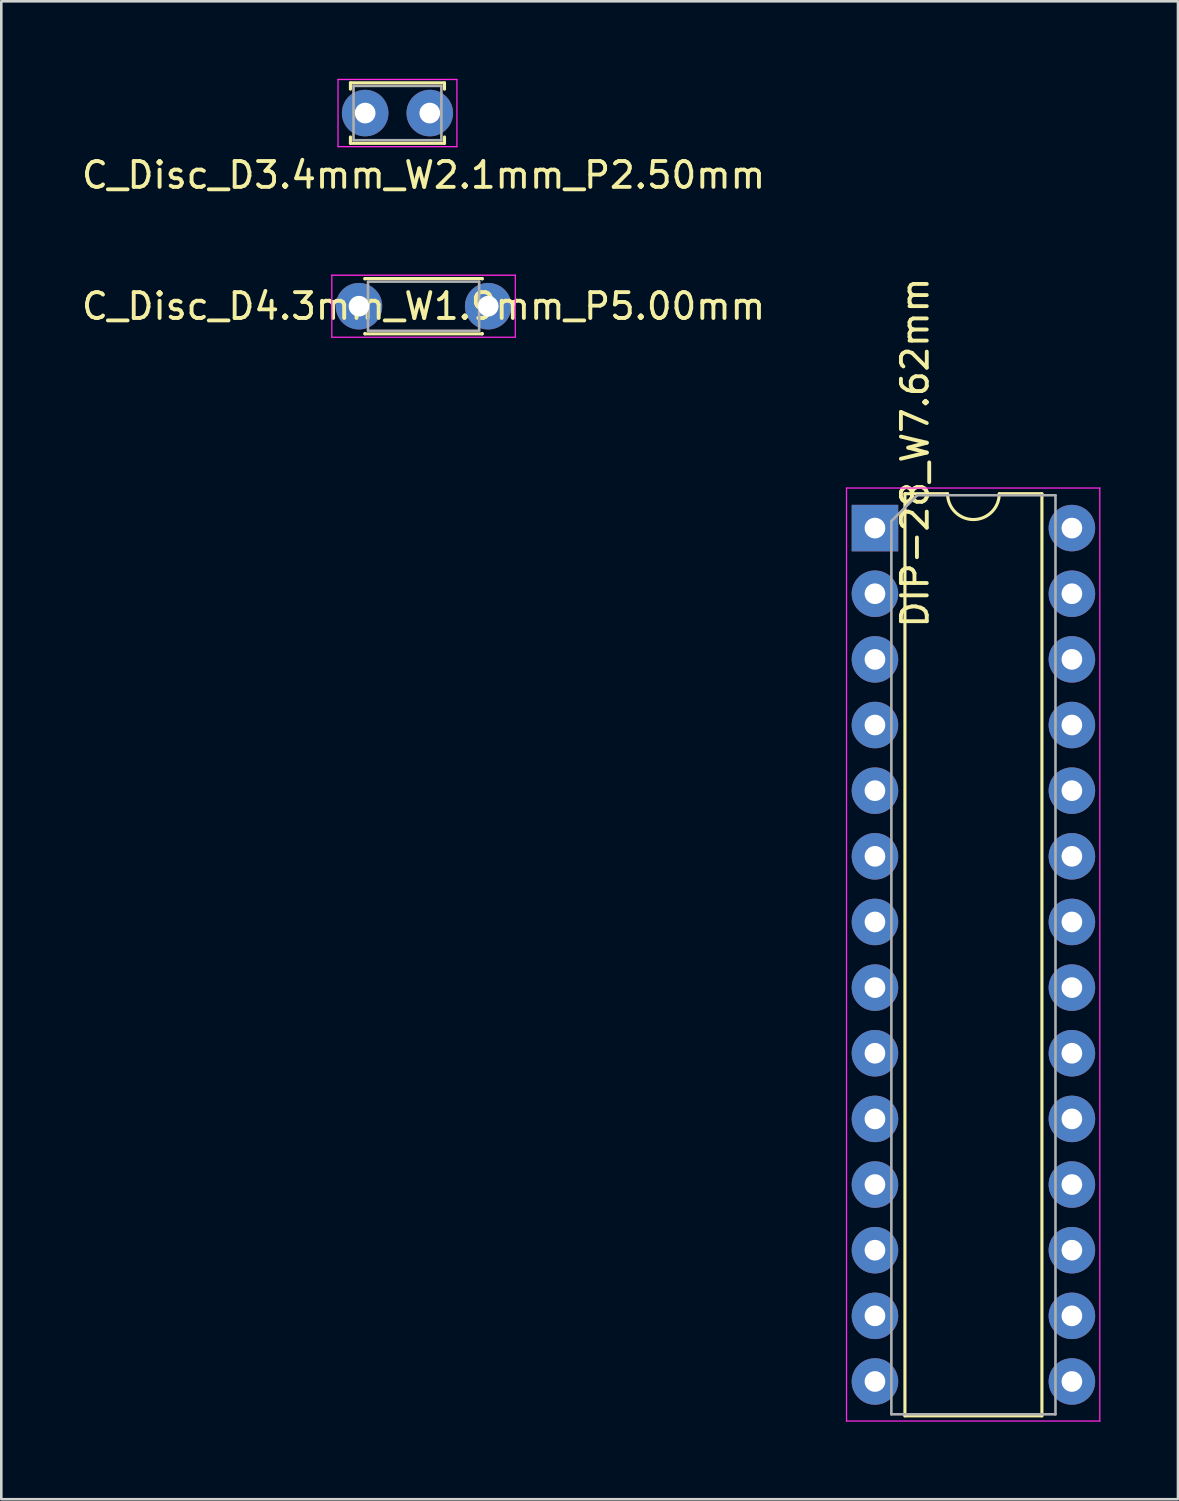
<source format=kicad_pcb>
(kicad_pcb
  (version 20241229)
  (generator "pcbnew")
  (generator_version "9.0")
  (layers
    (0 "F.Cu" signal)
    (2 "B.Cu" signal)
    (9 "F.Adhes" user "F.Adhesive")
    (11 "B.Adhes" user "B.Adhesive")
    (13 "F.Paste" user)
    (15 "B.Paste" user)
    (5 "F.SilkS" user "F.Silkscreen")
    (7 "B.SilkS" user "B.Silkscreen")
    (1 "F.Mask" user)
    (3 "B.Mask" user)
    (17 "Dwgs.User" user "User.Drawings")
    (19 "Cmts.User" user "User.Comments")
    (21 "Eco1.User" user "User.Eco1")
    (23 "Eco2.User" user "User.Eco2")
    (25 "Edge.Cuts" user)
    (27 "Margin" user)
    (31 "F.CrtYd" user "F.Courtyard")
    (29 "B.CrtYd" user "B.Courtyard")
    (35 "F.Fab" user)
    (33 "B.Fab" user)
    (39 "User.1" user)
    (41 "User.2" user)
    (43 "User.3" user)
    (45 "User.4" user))
  (footprint "C_Disc_D3.4mm_W2.1mm_P2.50mm"
    (layer "F.Cu")
    (at 11.079 1.325)
    (property "Reference" "C_Disc_D3.4mm_W2.1mm_P2.50mm" (at 2.26 2.4 180) (layer "F.SilkS") (effects (font (size 1 1) (thickness 0.15))))
    (attr through_hole)
    (fp_line (start -0.57 -1.17) (end -0.57 -0.925) (stroke (width 0.12) (type solid)) (layer "F.SilkS"))
    (fp_line (start -0.57 -1.17) (end 3.07 -1.17) (stroke (width 0.12) (type solid)) (layer "F.SilkS"))
    (fp_line (start -0.57 0.925) (end -0.57 1.17) (stroke (width 0.12) (type solid)) (layer "F.SilkS"))
    (fp_line (start -0.57 1.17) (end 3.07 1.17) (stroke (width 0.12) (type solid)) (layer "F.SilkS"))
    (fp_line (start 3.07 -1.17) (end 3.07 -0.925) (stroke (width 0.12) (type solid)) (layer "F.SilkS"))
    (fp_line (start 3.07 0.925) (end 3.07 1.17) (stroke (width 0.12) (type solid)) (layer "F.SilkS"))
    (fp_line (start -1.05 -1.3) (end -1.05 1.3) (stroke (width 0.05) (type solid)) (layer "F.CrtYd"))
    (fp_line (start -1.05 1.3) (end 3.55 1.3) (stroke (width 0.05) (type solid)) (layer "F.CrtYd"))
    (fp_line (start 3.55 -1.3) (end -1.05 -1.3) (stroke (width 0.05) (type solid)) (layer "F.CrtYd"))
    (fp_line (start 3.55 1.3) (end 3.55 -1.3) (stroke (width 0.05) (type solid)) (layer "F.CrtYd"))
    (fp_line (start -0.45 -1.05) (end -0.45 1.05) (stroke (width 0.1) (type solid)) (layer "F.Fab"))
    (fp_line (start -0.45 1.05) (end 2.95 1.05) (stroke (width 0.1) (type solid)) (layer "F.Fab"))
    (fp_line (start 2.95 -1.05) (end -0.45 -1.05) (stroke (width 0.1) (type solid)) (layer "F.Fab"))
    (fp_line (start 2.95 1.05) (end 2.95 -1.05) (stroke (width 0.1) (type solid)) (layer "F.Fab"))
    (pad "1" thru_hole circle (at 0 0) (size 1.8 1.8) (drill 0.8) (layers "*.Cu" "*.Mask"))
    (pad "2" thru_hole circle (at 2.5 0) (size 1.8 1.8) (drill 0.8) (layers "*.Cu" "*.Mask")))
  (footprint "C_Disc_D4.3mm_W1.9mm_P5.00mm"
    (layer "F.Cu")
    (at 10.839 8.798)
    (property "Reference" "C_Disc_D4.3mm_W1.9mm_P5.00mm" (at 2.5 0 0) (layer "F.SilkS") (effects (font (size 1 1) (thickness 0.15))))
    (attr through_hole)
    (fp_line (start 0.23 -1.07) (end 0.23 -1.055) (stroke (width 0.12) (type solid)) (layer "F.SilkS"))
    (fp_line (start 0.23 -1.07) (end 4.77 -1.07) (stroke (width 0.12) (type solid)) (layer "F.SilkS"))
    (fp_line (start 0.23 1.055) (end 0.23 1.07) (stroke (width 0.12) (type solid)) (layer "F.SilkS"))
    (fp_line (start 0.23 1.07) (end 4.77 1.07) (stroke (width 0.12) (type solid)) (layer "F.SilkS"))
    (fp_line (start 4.77 -1.07) (end 4.77 -1.055) (stroke (width 0.12) (type solid)) (layer "F.SilkS"))
    (fp_line (start 4.77 1.055) (end 4.77 1.07) (stroke (width 0.12) (type solid)) (layer "F.SilkS"))
    (fp_line (start -1.05 -1.2) (end -1.05 1.2) (stroke (width 0.05) (type solid)) (layer "F.CrtYd"))
    (fp_line (start -1.05 1.2) (end 6.05 1.2) (stroke (width 0.05) (type solid)) (layer "F.CrtYd"))
    (fp_line (start 6.05 -1.2) (end -1.05 -1.2) (stroke (width 0.05) (type solid)) (layer "F.CrtYd"))
    (fp_line (start 6.05 1.2) (end 6.05 -1.2) (stroke (width 0.05) (type solid)) (layer "F.CrtYd"))
    (fp_line (start 0.35 -0.95) (end 0.35 0.95) (stroke (width 0.1) (type solid)) (layer "F.Fab"))
    (fp_line (start 0.35 0.95) (end 4.65 0.95) (stroke (width 0.1) (type solid)) (layer "F.Fab"))
    (fp_line (start 4.65 -0.95) (end 0.35 -0.95) (stroke (width 0.1) (type solid)) (layer "F.Fab"))
    (fp_line (start 4.65 0.95) (end 4.65 -0.95) (stroke (width 0.1) (type solid)) (layer "F.Fab"))
    (pad "1" thru_hole circle (at 0 0) (size 1.8 1.8) (drill 0.8) (layers "*.Cu" "*.Mask"))
    (pad "2" thru_hole circle (at 5 0) (size 1.8 1.8) (drill 0.8) (layers "*.Cu" "*.Mask")))
  (footprint "DIP-28_W7.62mm"
    (layer "F.Cu")
    (at 30.804 17.383)
    (property "Reference" "DIP-28_W7.62mm" (at 1.55 -2.922 270) (layer "F.SilkS") (effects (font (size 1 1) (thickness 0.15))))
    (attr through_hole)
    (fp_line (start 1.16 -1.33) (end 1.16 34.35) (stroke (width 0.12) (type solid)) (layer "F.SilkS"))
    (fp_line (start 1.16 34.35) (end 6.46 34.35) (stroke (width 0.12) (type solid)) (layer "F.SilkS"))
    (fp_line (start 2.81 -1.33) (end 1.16 -1.33) (stroke (width 0.12) (type solid)) (layer "F.SilkS"))
    (fp_line (start 6.46 -1.33) (end 4.81 -1.33) (stroke (width 0.12) (type solid)) (layer "F.SilkS"))
    (fp_line (start 6.46 34.35) (end 6.46 -1.33) (stroke (width 0.12) (type solid)) (layer "F.SilkS"))
    (fp_arc (start 4.81 -1.33) (mid 3.81 -0.33) (end 2.81 -1.33) (stroke (width 0.12) (type solid)) (layer "F.SilkS"))
    (fp_line (start -1.1 -1.55) (end -1.1 34.55) (stroke (width 0.05) (type solid)) (layer "F.CrtYd"))
    (fp_line (start -1.1 34.55) (end 8.7 34.55) (stroke (width 0.05) (type solid)) (layer "F.CrtYd"))
    (fp_line (start 8.7 -1.55) (end -1.1 -1.55) (stroke (width 0.05) (type solid)) (layer "F.CrtYd"))
    (fp_line (start 8.7 34.55) (end 8.7 -1.55) (stroke (width 0.05) (type solid)) (layer "F.CrtYd"))
    (fp_line (start 0.635 -0.27) (end 1.635 -1.27) (stroke (width 0.1) (type solid)) (layer "F.Fab"))
    (fp_line (start 0.635 34.29) (end 0.635 -0.27) (stroke (width 0.1) (type solid)) (layer "F.Fab"))
    (fp_line (start 1.635 -1.27) (end 6.985 -1.27) (stroke (width 0.1) (type solid)) (layer "F.Fab"))
    (fp_line (start 6.985 -1.27) (end 6.985 34.29) (stroke (width 0.1) (type solid)) (layer "F.Fab"))
    (fp_line (start 6.985 34.29) (end 0.635 34.29) (stroke (width 0.1) (type solid)) (layer "F.Fab"))
    (pad "1" thru_hole rect (at 0 0) (size 1.8 1.8) (drill 0.8) (layers "*.Cu" "*.Mask"))
    (pad "2" thru_hole circle (at 0 2.54) (size 1.8 1.8) (drill 0.8) (layers "*.Cu" "*.Mask"))
    (pad "3" thru_hole circle (at 0 5.08) (size 1.8 1.8) (drill 0.8) (layers "*.Cu" "*.Mask"))
    (pad "4" thru_hole circle (at 0 7.62) (size 1.8 1.8) (drill 0.8) (layers "*.Cu" "*.Mask"))
    (pad "5" thru_hole circle (at 0 10.16) (size 1.8 1.8) (drill 0.8) (layers "*.Cu" "*.Mask"))
    (pad "6" thru_hole circle (at 0 12.7) (size 1.8 1.8) (drill 0.8) (layers "*.Cu" "*.Mask"))
    (pad "7" thru_hole circle (at 0 15.24) (size 1.8 1.8) (drill 0.8) (layers "*.Cu" "*.Mask"))
    (pad "8" thru_hole circle (at 0 17.78) (size 1.8 1.8) (drill 0.8) (layers "*.Cu" "*.Mask"))
    (pad "9" thru_hole circle (at 0 20.32) (size 1.8 1.8) (drill 0.8) (layers "*.Cu" "*.Mask"))
    (pad "10" thru_hole circle (at 0 22.86) (size 1.8 1.8) (drill 0.8) (layers "*.Cu" "*.Mask"))
    (pad "11" thru_hole circle (at 0 25.4) (size 1.8 1.8) (drill 0.8) (layers "*.Cu" "*.Mask"))
    (pad "12" thru_hole circle (at 0 27.94) (size 1.8 1.8) (drill 0.8) (layers "*.Cu" "*.Mask"))
    (pad "13" thru_hole circle (at 0 30.48) (size 1.8 1.8) (drill 0.8) (layers "*.Cu" "*.Mask"))
    (pad "14" thru_hole circle (at 0 33.02) (size 1.8 1.8) (drill 0.8) (layers "*.Cu" "*.Mask"))
    (pad "15" thru_hole circle (at 7.62 33.02) (size 1.8 1.8) (drill 0.8) (layers "*.Cu" "*.Mask"))
    (pad "16" thru_hole circle (at 7.62 30.48) (size 1.8 1.8) (drill 0.8) (layers "*.Cu" "*.Mask"))
    (pad "17" thru_hole circle (at 7.62 27.94) (size 1.8 1.8) (drill 0.8) (layers "*.Cu" "*.Mask"))
    (pad "18" thru_hole circle (at 7.62 25.4) (size 1.8 1.8) (drill 0.8) (layers "*.Cu" "*.Mask"))
    (pad "19" thru_hole circle (at 7.62 22.86) (size 1.8 1.8) (drill 0.8) (layers "*.Cu" "*.Mask"))
    (pad "20" thru_hole circle (at 7.62 20.32) (size 1.8 1.8) (drill 0.8) (layers "*.Cu" "*.Mask"))
    (pad "21" thru_hole circle (at 7.62 17.78) (size 1.8 1.8) (drill 0.8) (layers "*.Cu" "*.Mask"))
    (pad "22" thru_hole circle (at 7.62 15.24) (size 1.8 1.8) (drill 0.8) (layers "*.Cu" "*.Mask"))
    (pad "23" thru_hole circle (at 7.62 12.7) (size 1.8 1.8) (drill 0.8) (layers "*.Cu" "*.Mask"))
    (pad "24" thru_hole circle (at 7.62 10.16) (size 1.8 1.8) (drill 0.8) (layers "*.Cu" "*.Mask"))
    (pad "25" thru_hole circle (at 7.62 7.62) (size 1.8 1.8) (drill 0.8) (layers "*.Cu" "*.Mask"))
    (pad "26" thru_hole circle (at 7.62 5.08) (size 1.8 1.8) (drill 0.8) (layers "*.Cu" "*.Mask"))
    (pad "27" thru_hole circle (at 7.62 2.54) (size 1.8 1.8) (drill 0.8) (layers "*.Cu" "*.Mask"))
    (pad "28" thru_hole circle (at 7.62 0) (size 1.8 1.8) (drill 0.8) (layers "*.Cu" "*.Mask")))
  (gr_rect
    (start -3 -3)
    (end 42.529 54.958)
    (stroke (width 0.1) (type default))
    (fill no)
    (layer "Edge.Cuts")))
</source>
